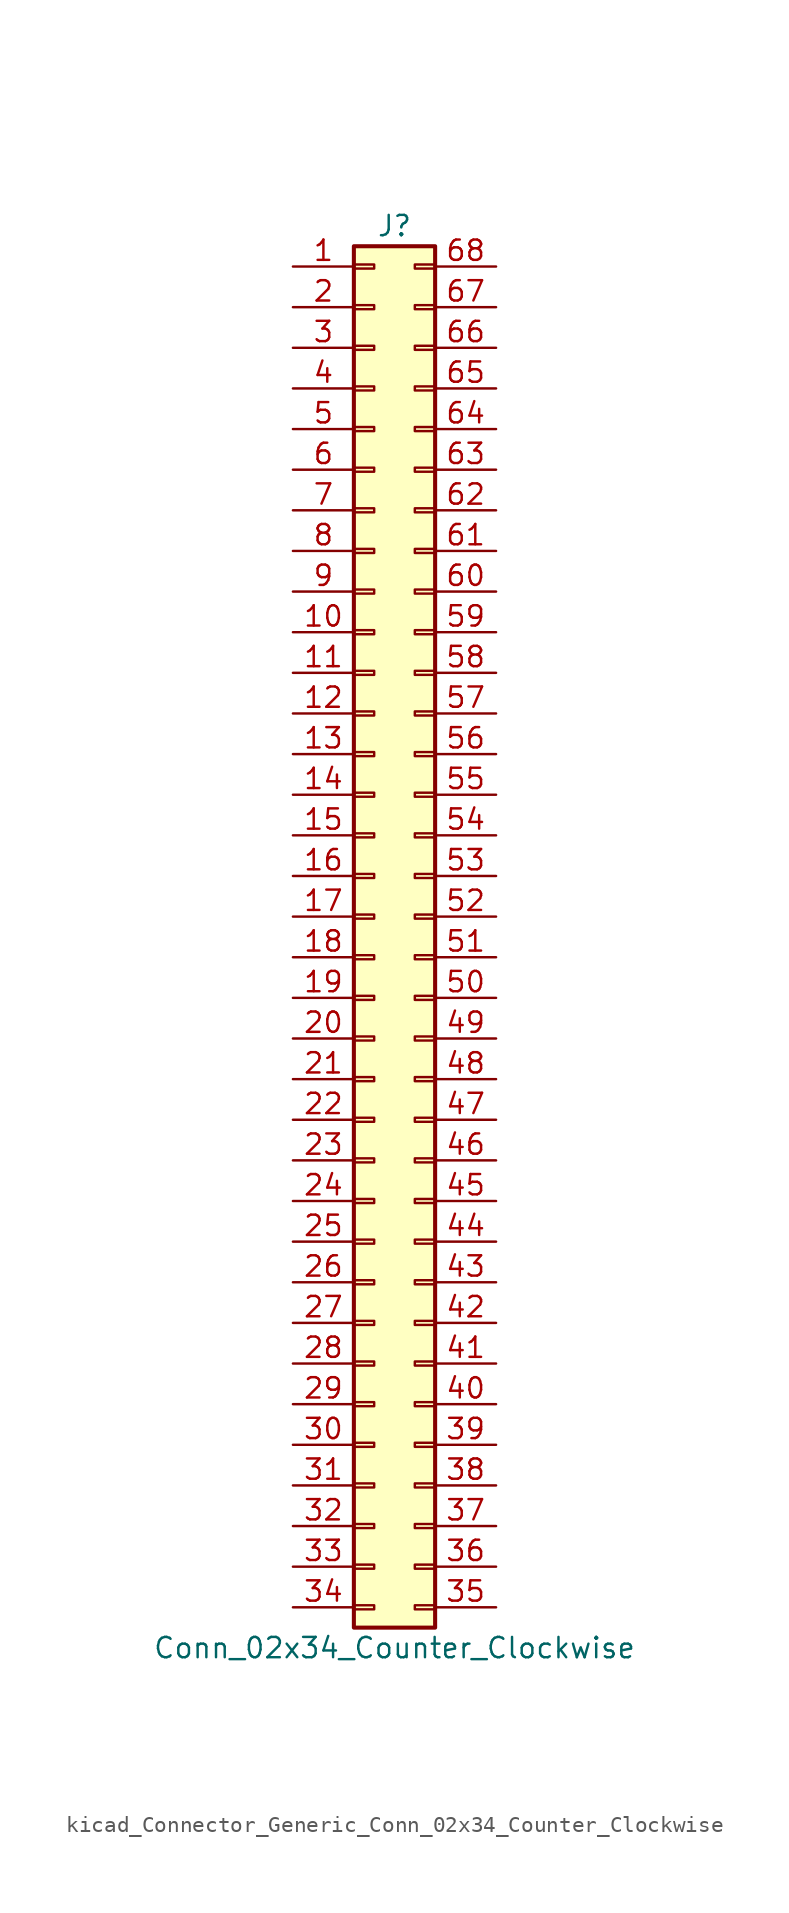
<source format=kicad_sym>
(kicad_symbol_lib
  (version 20220914)
  (generator kicad_symbol_editor)
  (symbol "kicad_Connector_Generic_Conn_02x34_Counter_Clockwise"
    (pin_names
      (offset 1.016) hide)
    (property "Reference" "J"
      (at 1.27 43.18 0)
      (effects (font (size 1.27 1.27))))
    (property "Value" "Conn_02x34_Counter_Clockwise"
      (at 1.27 -45.72 0)
      (effects (font (size 1.27 1.27))))
    (symbol "kicad_Connector_Generic_Conn_02x34_Counter_Clockwise_1_1"
      (rectangle (start -1.27 -43.053) (end 0 -43.307) (stroke (width 0.152) (type default)) (fill (type none)))
      (rectangle (start -1.27 -40.513) (end 0 -40.767) (stroke (width 0.152) (type default)) (fill (type none)))
      (rectangle (start -1.27 -37.973) (end 0 -38.227) (stroke (width 0.152) (type default)) (fill (type none)))
      (rectangle (start -1.27 -35.433) (end 0 -35.687) (stroke (width 0.152) (type default)) (fill (type none)))
      (rectangle (start -1.27 -32.893) (end 0 -33.147) (stroke (width 0.152) (type default)) (fill (type none)))
      (rectangle (start -1.27 -30.353) (end 0 -30.607) (stroke (width 0.152) (type default)) (fill (type none)))
      (rectangle (start -1.27 -27.813) (end 0 -28.067) (stroke (width 0.152) (type default)) (fill (type none)))
      (rectangle (start -1.27 -25.273) (end 0 -25.527) (stroke (width 0.152) (type default)) (fill (type none)))
      (rectangle (start -1.27 -22.733) (end 0 -22.987) (stroke (width 0.152) (type default)) (fill (type none)))
      (rectangle (start -1.27 -20.193) (end 0 -20.447) (stroke (width 0.152) (type default)) (fill (type none)))
      (rectangle (start -1.27 -17.653) (end 0 -17.907) (stroke (width 0.152) (type default)) (fill (type none)))
      (rectangle (start -1.27 -15.113) (end 0 -15.367) (stroke (width 0.152) (type default)) (fill (type none)))
      (rectangle (start -1.27 -12.573) (end 0 -12.827) (stroke (width 0.152) (type default)) (fill (type none)))
      (rectangle (start -1.27 -10.033) (end 0 -10.287) (stroke (width 0.152) (type default)) (fill (type none)))
      (rectangle (start -1.27 -7.493) (end 0 -7.747) (stroke (width 0.152) (type default)) (fill (type none)))
      (rectangle (start -1.27 -4.953) (end 0 -5.207) (stroke (width 0.152) (type default)) (fill (type none)))
      (rectangle (start -1.27 -2.413) (end 0 -2.667) (stroke (width 0.152) (type default)) (fill (type none)))
      (rectangle (start -1.27 0.127) (end 0 -0.127) (stroke (width 0.152) (type default)) (fill (type none)))
      (rectangle (start -1.27 2.667) (end 0 2.413) (stroke (width 0.152) (type default)) (fill (type none)))
      (rectangle (start -1.27 5.207) (end 0 4.953) (stroke (width 0.152) (type default)) (fill (type none)))
      (rectangle (start -1.27 7.747) (end 0 7.493) (stroke (width 0.152) (type default)) (fill (type none)))
      (rectangle (start -1.27 10.287) (end 0 10.033) (stroke (width 0.152) (type default)) (fill (type none)))
      (rectangle (start -1.27 12.827) (end 0 12.573) (stroke (width 0.152) (type default)) (fill (type none)))
      (rectangle (start -1.27 15.367) (end 0 15.113) (stroke (width 0.152) (type default)) (fill (type none)))
      (rectangle (start -1.27 17.907) (end 0 17.653) (stroke (width 0.152) (type default)) (fill (type none)))
      (rectangle (start -1.27 20.447) (end 0 20.193) (stroke (width 0.152) (type default)) (fill (type none)))
      (rectangle (start -1.27 22.987) (end 0 22.733) (stroke (width 0.152) (type default)) (fill (type none)))
      (rectangle (start -1.27 25.527) (end 0 25.273) (stroke (width 0.152) (type default)) (fill (type none)))
      (rectangle (start -1.27 28.067) (end 0 27.813) (stroke (width 0.152) (type default)) (fill (type none)))
      (rectangle (start -1.27 30.607) (end 0 30.353) (stroke (width 0.152) (type default)) (fill (type none)))
      (rectangle (start -1.27 33.147) (end 0 32.893) (stroke (width 0.152) (type default)) (fill (type none)))
      (rectangle (start -1.27 35.687) (end 0 35.433) (stroke (width 0.152) (type default)) (fill (type none)))
      (rectangle (start -1.27 38.227) (end 0 37.973) (stroke (width 0.152) (type default)) (fill (type none)))
      (rectangle (start -1.27 40.767) (end 0 40.513) (stroke (width 0.152) (type default)) (fill (type none)))
      (rectangle (start -1.27 41.91) (end 3.81 -44.45) (stroke (width 0.254) (type default)) (fill (type background)))
      (rectangle (start 3.81 -43.053) (end 2.54 -43.307) (stroke (width 0.152) (type default)) (fill (type none)))
      (rectangle (start 3.81 -40.513) (end 2.54 -40.767) (stroke (width 0.152) (type default)) (fill (type none)))
      (rectangle (start 3.81 -37.973) (end 2.54 -38.227) (stroke (width 0.152) (type default)) (fill (type none)))
      (rectangle (start 3.81 -35.433) (end 2.54 -35.687) (stroke (width 0.152) (type default)) (fill (type none)))
      (rectangle (start 3.81 -32.893) (end 2.54 -33.147) (stroke (width 0.152) (type default)) (fill (type none)))
      (rectangle (start 3.81 -30.353) (end 2.54 -30.607) (stroke (width 0.152) (type default)) (fill (type none)))
      (rectangle (start 3.81 -27.813) (end 2.54 -28.067) (stroke (width 0.152) (type default)) (fill (type none)))
      (rectangle (start 3.81 -25.273) (end 2.54 -25.527) (stroke (width 0.152) (type default)) (fill (type none)))
      (rectangle (start 3.81 -22.733) (end 2.54 -22.987) (stroke (width 0.152) (type default)) (fill (type none)))
      (rectangle (start 3.81 -20.193) (end 2.54 -20.447) (stroke (width 0.152) (type default)) (fill (type none)))
      (rectangle (start 3.81 -17.653) (end 2.54 -17.907) (stroke (width 0.152) (type default)) (fill (type none)))
      (rectangle (start 3.81 -15.113) (end 2.54 -15.367) (stroke (width 0.152) (type default)) (fill (type none)))
      (rectangle (start 3.81 -12.573) (end 2.54 -12.827) (stroke (width 0.152) (type default)) (fill (type none)))
      (rectangle (start 3.81 -10.033) (end 2.54 -10.287) (stroke (width 0.152) (type default)) (fill (type none)))
      (rectangle (start 3.81 -7.493) (end 2.54 -7.747) (stroke (width 0.152) (type default)) (fill (type none)))
      (rectangle (start 3.81 -4.953) (end 2.54 -5.207) (stroke (width 0.152) (type default)) (fill (type none)))
      (rectangle (start 3.81 -2.413) (end 2.54 -2.667) (stroke (width 0.152) (type default)) (fill (type none)))
      (rectangle (start 3.81 0.127) (end 2.54 -0.127) (stroke (width 0.152) (type default)) (fill (type none)))
      (rectangle (start 3.81 2.667) (end 2.54 2.413) (stroke (width 0.152) (type default)) (fill (type none)))
      (rectangle (start 3.81 5.207) (end 2.54 4.953) (stroke (width 0.152) (type default)) (fill (type none)))
      (rectangle (start 3.81 7.747) (end 2.54 7.493) (stroke (width 0.152) (type default)) (fill (type none)))
      (rectangle (start 3.81 10.287) (end 2.54 10.033) (stroke (width 0.152) (type default)) (fill (type none)))
      (rectangle (start 3.81 12.827) (end 2.54 12.573) (stroke (width 0.152) (type default)) (fill (type none)))
      (rectangle (start 3.81 15.367) (end 2.54 15.113) (stroke (width 0.152) (type default)) (fill (type none)))
      (rectangle (start 3.81 17.907) (end 2.54 17.653) (stroke (width 0.152) (type default)) (fill (type none)))
      (rectangle (start 3.81 20.447) (end 2.54 20.193) (stroke (width 0.152) (type default)) (fill (type none)))
      (rectangle (start 3.81 22.987) (end 2.54 22.733) (stroke (width 0.152) (type default)) (fill (type none)))
      (rectangle (start 3.81 25.527) (end 2.54 25.273) (stroke (width 0.152) (type default)) (fill (type none)))
      (rectangle (start 3.81 28.067) (end 2.54 27.813) (stroke (width 0.152) (type default)) (fill (type none)))
      (rectangle (start 3.81 30.607) (end 2.54 30.353) (stroke (width 0.152) (type default)) (fill (type none)))
      (rectangle (start 3.81 33.147) (end 2.54 32.893) (stroke (width 0.152) (type default)) (fill (type none)))
      (rectangle (start 3.81 35.687) (end 2.54 35.433) (stroke (width 0.152) (type default)) (fill (type none)))
      (rectangle (start 3.81 38.227) (end 2.54 37.973) (stroke (width 0.152) (type default)) (fill (type none)))
      (rectangle (start 3.81 40.767) (end 2.54 40.513) (stroke (width 0.152) (type default)) (fill (type none)))
      (pin passive line (at -5.08 40.64 0) (length 3.81) (name "Pin_1" (effects (font (size 1.27 1.27)))) (number "1" (effects (font (size 1.27 1.27)))))
      (pin passive line (at -5.08 17.78 0) (length 3.81) (name "Pin_10" (effects (font (size 1.27 1.27)))) (number "10" (effects (font (size 1.27 1.27)))))
      (pin passive line (at -5.08 15.24 0) (length 3.81) (name "Pin_11" (effects (font (size 1.27 1.27)))) (number "11" (effects (font (size 1.27 1.27)))))
      (pin passive line (at -5.08 12.7 0) (length 3.81) (name "Pin_12" (effects (font (size 1.27 1.27)))) (number "12" (effects (font (size 1.27 1.27)))))
      (pin passive line (at -5.08 10.16 0) (length 3.81) (name "Pin_13" (effects (font (size 1.27 1.27)))) (number "13" (effects (font (size 1.27 1.27)))))
      (pin passive line (at -5.08 7.62 0) (length 3.81) (name "Pin_14" (effects (font (size 1.27 1.27)))) (number "14" (effects (font (size 1.27 1.27)))))
      (pin passive line (at -5.08 5.08 0) (length 3.81) (name "Pin_15" (effects (font (size 1.27 1.27)))) (number "15" (effects (font (size 1.27 1.27)))))
      (pin passive line (at -5.08 2.54 0) (length 3.81) (name "Pin_16" (effects (font (size 1.27 1.27)))) (number "16" (effects (font (size 1.27 1.27)))))
      (pin passive line (at -5.08 0 0) (length 3.81) (name "Pin_17" (effects (font (size 1.27 1.27)))) (number "17" (effects (font (size 1.27 1.27)))))
      (pin passive line (at -5.08 -2.54 0) (length 3.81) (name "Pin_18" (effects (font (size 1.27 1.27)))) (number "18" (effects (font (size 1.27 1.27)))))
      (pin passive line (at -5.08 -5.08 0) (length 3.81) (name "Pin_19" (effects (font (size 1.27 1.27)))) (number "19" (effects (font (size 1.27 1.27)))))
      (pin passive line (at -5.08 38.1 0) (length 3.81) (name "Pin_2" (effects (font (size 1.27 1.27)))) (number "2" (effects (font (size 1.27 1.27)))))
      (pin passive line (at -5.08 -7.62 0) (length 3.81) (name "Pin_20" (effects (font (size 1.27 1.27)))) (number "20" (effects (font (size 1.27 1.27)))))
      (pin passive line (at -5.08 -10.16 0) (length 3.81) (name "Pin_21" (effects (font (size 1.27 1.27)))) (number "21" (effects (font (size 1.27 1.27)))))
      (pin passive line (at -5.08 -12.7 0) (length 3.81) (name "Pin_22" (effects (font (size 1.27 1.27)))) (number "22" (effects (font (size 1.27 1.27)))))
      (pin passive line (at -5.08 -15.24 0) (length 3.81) (name "Pin_23" (effects (font (size 1.27 1.27)))) (number "23" (effects (font (size 1.27 1.27)))))
      (pin passive line (at -5.08 -17.78 0) (length 3.81) (name "Pin_24" (effects (font (size 1.27 1.27)))) (number "24" (effects (font (size 1.27 1.27)))))
      (pin passive line (at -5.08 -20.32 0) (length 3.81) (name "Pin_25" (effects (font (size 1.27 1.27)))) (number "25" (effects (font (size 1.27 1.27)))))
      (pin passive line (at -5.08 -22.86 0) (length 3.81) (name "Pin_26" (effects (font (size 1.27 1.27)))) (number "26" (effects (font (size 1.27 1.27)))))
      (pin passive line (at -5.08 -25.4 0) (length 3.81) (name "Pin_27" (effects (font (size 1.27 1.27)))) (number "27" (effects (font (size 1.27 1.27)))))
      (pin passive line (at -5.08 -27.94 0) (length 3.81) (name "Pin_28" (effects (font (size 1.27 1.27)))) (number "28" (effects (font (size 1.27 1.27)))))
      (pin passive line (at -5.08 -30.48 0) (length 3.81) (name "Pin_29" (effects (font (size 1.27 1.27)))) (number "29" (effects (font (size 1.27 1.27)))))
      (pin passive line (at -5.08 35.56 0) (length 3.81) (name "Pin_3" (effects (font (size 1.27 1.27)))) (number "3" (effects (font (size 1.27 1.27)))))
      (pin passive line (at -5.08 -33.02 0) (length 3.81) (name "Pin_30" (effects (font (size 1.27 1.27)))) (number "30" (effects (font (size 1.27 1.27)))))
      (pin passive line (at -5.08 -35.56 0) (length 3.81) (name "Pin_31" (effects (font (size 1.27 1.27)))) (number "31" (effects (font (size 1.27 1.27)))))
      (pin passive line (at -5.08 -38.1 0) (length 3.81) (name "Pin_32" (effects (font (size 1.27 1.27)))) (number "32" (effects (font (size 1.27 1.27)))))
      (pin passive line (at -5.08 -40.64 0) (length 3.81) (name "Pin_33" (effects (font (size 1.27 1.27)))) (number "33" (effects (font (size 1.27 1.27)))))
      (pin passive line (at -5.08 -43.18 0) (length 3.81) (name "Pin_34" (effects (font (size 1.27 1.27)))) (number "34" (effects (font (size 1.27 1.27)))))
      (pin passive line (at 7.62 -43.18 180) (length 3.81) (name "Pin_35" (effects (font (size 1.27 1.27)))) (number "35" (effects (font (size 1.27 1.27)))))
      (pin passive line (at 7.62 -40.64 180) (length 3.81) (name "Pin_36" (effects (font (size 1.27 1.27)))) (number "36" (effects (font (size 1.27 1.27)))))
      (pin passive line (at 7.62 -38.1 180) (length 3.81) (name "Pin_37" (effects (font (size 1.27 1.27)))) (number "37" (effects (font (size 1.27 1.27)))))
      (pin passive line (at 7.62 -35.56 180) (length 3.81) (name "Pin_38" (effects (font (size 1.27 1.27)))) (number "38" (effects (font (size 1.27 1.27)))))
      (pin passive line (at 7.62 -33.02 180) (length 3.81) (name "Pin_39" (effects (font (size 1.27 1.27)))) (number "39" (effects (font (size 1.27 1.27)))))
      (pin passive line (at -5.08 33.02 0) (length 3.81) (name "Pin_4" (effects (font (size 1.27 1.27)))) (number "4" (effects (font (size 1.27 1.27)))))
      (pin passive line (at 7.62 -30.48 180) (length 3.81) (name "Pin_40" (effects (font (size 1.27 1.27)))) (number "40" (effects (font (size 1.27 1.27)))))
      (pin passive line (at 7.62 -27.94 180) (length 3.81) (name "Pin_41" (effects (font (size 1.27 1.27)))) (number "41" (effects (font (size 1.27 1.27)))))
      (pin passive line (at 7.62 -25.4 180) (length 3.81) (name "Pin_42" (effects (font (size 1.27 1.27)))) (number "42" (effects (font (size 1.27 1.27)))))
      (pin passive line (at 7.62 -22.86 180) (length 3.81) (name "Pin_43" (effects (font (size 1.27 1.27)))) (number "43" (effects (font (size 1.27 1.27)))))
      (pin passive line (at 7.62 -20.32 180) (length 3.81) (name "Pin_44" (effects (font (size 1.27 1.27)))) (number "44" (effects (font (size 1.27 1.27)))))
      (pin passive line (at 7.62 -17.78 180) (length 3.81) (name "Pin_45" (effects (font (size 1.27 1.27)))) (number "45" (effects (font (size 1.27 1.27)))))
      (pin passive line (at 7.62 -15.24 180) (length 3.81) (name "Pin_46" (effects (font (size 1.27 1.27)))) (number "46" (effects (font (size 1.27 1.27)))))
      (pin passive line (at 7.62 -12.7 180) (length 3.81) (name "Pin_47" (effects (font (size 1.27 1.27)))) (number "47" (effects (font (size 1.27 1.27)))))
      (pin passive line (at 7.62 -10.16 180) (length 3.81) (name "Pin_48" (effects (font (size 1.27 1.27)))) (number "48" (effects (font (size 1.27 1.27)))))
      (pin passive line (at 7.62 -7.62 180) (length 3.81) (name "Pin_49" (effects (font (size 1.27 1.27)))) (number "49" (effects (font (size 1.27 1.27)))))
      (pin passive line (at -5.08 30.48 0) (length 3.81) (name "Pin_5" (effects (font (size 1.27 1.27)))) (number "5" (effects (font (size 1.27 1.27)))))
      (pin passive line (at 7.62 -5.08 180) (length 3.81) (name "Pin_50" (effects (font (size 1.27 1.27)))) (number "50" (effects (font (size 1.27 1.27)))))
      (pin passive line (at 7.62 -2.54 180) (length 3.81) (name "Pin_51" (effects (font (size 1.27 1.27)))) (number "51" (effects (font (size 1.27 1.27)))))
      (pin passive line (at 7.62 0 180) (length 3.81) (name "Pin_52" (effects (font (size 1.27 1.27)))) (number "52" (effects (font (size 1.27 1.27)))))
      (pin passive line (at 7.62 2.54 180) (length 3.81) (name "Pin_53" (effects (font (size 1.27 1.27)))) (number "53" (effects (font (size 1.27 1.27)))))
      (pin passive line (at 7.62 5.08 180) (length 3.81) (name "Pin_54" (effects (font (size 1.27 1.27)))) (number "54" (effects (font (size 1.27 1.27)))))
      (pin passive line (at 7.62 7.62 180) (length 3.81) (name "Pin_55" (effects (font (size 1.27 1.27)))) (number "55" (effects (font (size 1.27 1.27)))))
      (pin passive line (at 7.62 10.16 180) (length 3.81) (name "Pin_56" (effects (font (size 1.27 1.27)))) (number "56" (effects (font (size 1.27 1.27)))))
      (pin passive line (at 7.62 12.7 180) (length 3.81) (name "Pin_57" (effects (font (size 1.27 1.27)))) (number "57" (effects (font (size 1.27 1.27)))))
      (pin passive line (at 7.62 15.24 180) (length 3.81) (name "Pin_58" (effects (font (size 1.27 1.27)))) (number "58" (effects (font (size 1.27 1.27)))))
      (pin passive line (at 7.62 17.78 180) (length 3.81) (name "Pin_59" (effects (font (size 1.27 1.27)))) (number "59" (effects (font (size 1.27 1.27)))))
      (pin passive line (at -5.08 27.94 0) (length 3.81) (name "Pin_6" (effects (font (size 1.27 1.27)))) (number "6" (effects (font (size 1.27 1.27)))))
      (pin passive line (at 7.62 20.32 180) (length 3.81) (name "Pin_60" (effects (font (size 1.27 1.27)))) (number "60" (effects (font (size 1.27 1.27)))))
      (pin passive line (at 7.62 22.86 180) (length 3.81) (name "Pin_61" (effects (font (size 1.27 1.27)))) (number "61" (effects (font (size 1.27 1.27)))))
      (pin passive line (at 7.62 25.4 180) (length 3.81) (name "Pin_62" (effects (font (size 1.27 1.27)))) (number "62" (effects (font (size 1.27 1.27)))))
      (pin passive line (at 7.62 27.94 180) (length 3.81) (name "Pin_63" (effects (font (size 1.27 1.27)))) (number "63" (effects (font (size 1.27 1.27)))))
      (pin passive line (at 7.62 30.48 180) (length 3.81) (name "Pin_64" (effects (font (size 1.27 1.27)))) (number "64" (effects (font (size 1.27 1.27)))))
      (pin passive line (at 7.62 33.02 180) (length 3.81) (name "Pin_65" (effects (font (size 1.27 1.27)))) (number "65" (effects (font (size 1.27 1.27)))))
      (pin passive line (at 7.62 35.56 180) (length 3.81) (name "Pin_66" (effects (font (size 1.27 1.27)))) (number "66" (effects (font (size 1.27 1.27)))))
      (pin passive line (at 7.62 38.1 180) (length 3.81) (name "Pin_67" (effects (font (size 1.27 1.27)))) (number "67" (effects (font (size 1.27 1.27)))))
      (pin passive line (at 7.62 40.64 180) (length 3.81) (name "Pin_68" (effects (font (size 1.27 1.27)))) (number "68" (effects (font (size 1.27 1.27)))))
      (pin passive line (at -5.08 25.4 0) (length 3.81) (name "Pin_7" (effects (font (size 1.27 1.27)))) (number "7" (effects (font (size 1.27 1.27)))))
      (pin passive line (at -5.08 22.86 0) (length 3.81) (name "Pin_8" (effects (font (size 1.27 1.27)))) (number "8" (effects (font (size 1.27 1.27)))))
      (pin passive line (at -5.08 20.32 0) (length 3.81) (name "Pin_9" (effects (font (size 1.27 1.27)))) (number "9" (effects (font (size 1.27 1.27))))))))
</source>
